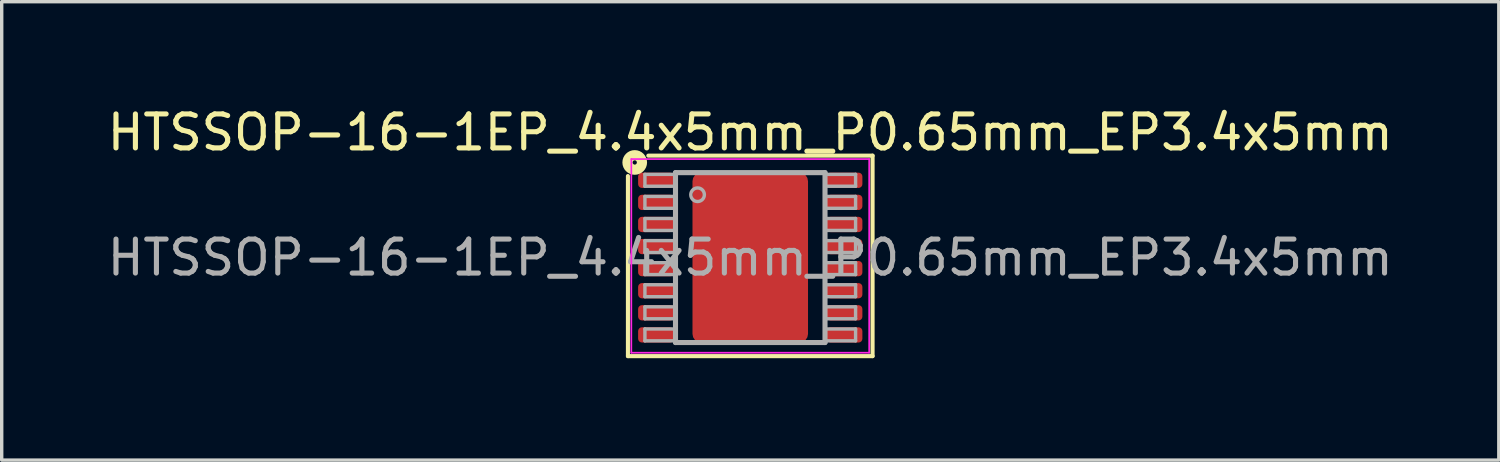
<source format=kicad_pcb>
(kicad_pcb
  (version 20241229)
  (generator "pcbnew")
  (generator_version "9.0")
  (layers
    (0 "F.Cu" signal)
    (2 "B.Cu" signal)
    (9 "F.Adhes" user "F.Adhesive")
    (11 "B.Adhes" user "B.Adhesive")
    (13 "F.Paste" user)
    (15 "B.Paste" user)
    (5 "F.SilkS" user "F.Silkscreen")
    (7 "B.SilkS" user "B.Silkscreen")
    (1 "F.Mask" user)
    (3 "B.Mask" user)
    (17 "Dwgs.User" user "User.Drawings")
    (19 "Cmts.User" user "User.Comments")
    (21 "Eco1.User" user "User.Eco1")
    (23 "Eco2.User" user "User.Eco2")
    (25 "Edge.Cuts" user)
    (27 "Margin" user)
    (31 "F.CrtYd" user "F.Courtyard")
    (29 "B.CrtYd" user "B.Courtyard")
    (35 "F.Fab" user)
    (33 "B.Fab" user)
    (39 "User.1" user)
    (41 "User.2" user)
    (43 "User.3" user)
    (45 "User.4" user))
  (footprint "HTSSOP-16-1EP_4.4x5mm_P0.65mm_EP3.4x5mm"
    (layer "F.Cu")
    (at 19.03 4.531)
    (property "Reference" "HTSSOP-16-1EP_4.4x5mm_P0.65mm_EP3.4x5mm" (at 0 -3.683 0) (layer "F.SilkS") (effects (font (size 1 1) (thickness 0.15))))
    (attr smd)
    (fp_line (start -3.6 -2.4) (end -3.6 2.9) (stroke (width 0.12) (type solid)) (layer "F.SilkS"))
    (fp_line (start -3.6 2.9) (end 3.6 2.9) (stroke (width 0.12) (type solid)) (layer "F.SilkS"))
    (fp_line (start 3.6 -3) (end -3 -3) (stroke (width 0.12) (type solid)) (layer "F.SilkS"))
    (fp_line (start 3.6 2.9) (end 3.6 -3) (stroke (width 0.12) (type solid)) (layer "F.SilkS"))
    (fp_circle (center -3.4 -2.8) (end -3.337 -2.8) (stroke (width 0.3) (type solid)) (fill no) (layer "F.SilkS"))
    (fp_line (start -3.5 -2.9) (end -3.5 2.8) (stroke (width 0.05) (type solid)) (layer "F.CrtYd"))
    (fp_line (start -3.5 -2.9) (end 3.5 -2.9) (stroke (width 0.05) (type solid)) (layer "F.CrtYd"))
    (fp_line (start -3.5 2.8) (end 3.5 2.8) (stroke (width 0.05) (type solid)) (layer "F.CrtYd"))
    (fp_line (start 3.5 -2.9) (end 3.5 2.8) (stroke (width 0.05) (type solid)) (layer "F.CrtYd"))
    (fp_line (start -3.1 -2.45) (end -3.1 -2.1) (stroke (width 0.1) (type solid)) (layer "F.Fab"))
    (fp_line (start -3.1 -2.45) (end -2.2 -2.45) (stroke (width 0.1) (type solid)) (layer "F.Fab"))
    (fp_line (start -3.1 -2.1) (end -2.2 -2.1) (stroke (width 0.1) (type solid)) (layer "F.Fab"))
    (fp_line (start -3.1 -1.8) (end -3.1 -1.45) (stroke (width 0.1) (type solid)) (layer "F.Fab"))
    (fp_line (start -3.1 -1.8) (end -2.2 -1.8) (stroke (width 0.1) (type solid)) (layer "F.Fab"))
    (fp_line (start -3.1 -1.45) (end -2.2 -1.45) (stroke (width 0.1) (type solid)) (layer "F.Fab"))
    (fp_line (start -3.1 -1.15) (end -3.1 -0.8) (stroke (width 0.1) (type solid)) (layer "F.Fab"))
    (fp_line (start -3.1 -1.15) (end -2.2 -1.15) (stroke (width 0.1) (type solid)) (layer "F.Fab"))
    (fp_line (start -3.1 -0.8) (end -2.2 -0.8) (stroke (width 0.1) (type solid)) (layer "F.Fab"))
    (fp_line (start -3.1 -0.5) (end -3.1 -0.15) (stroke (width 0.1) (type solid)) (layer "F.Fab"))
    (fp_line (start -3.1 -0.5) (end -2.2 -0.5) (stroke (width 0.1) (type solid)) (layer "F.Fab"))
    (fp_line (start -3.1 -0.15) (end -2.2 -0.15) (stroke (width 0.1) (type solid)) (layer "F.Fab"))
    (fp_line (start -3.1 0.15) (end -3.1 0.5) (stroke (width 0.1) (type solid)) (layer "F.Fab"))
    (fp_line (start -3.1 0.15) (end -2.2 0.15) (stroke (width 0.1) (type solid)) (layer "F.Fab"))
    (fp_line (start -3.1 0.5) (end -2.2 0.5) (stroke (width 0.1) (type solid)) (layer "F.Fab"))
    (fp_line (start -3.1 0.8) (end -3.1 1.15) (stroke (width 0.1) (type solid)) (layer "F.Fab"))
    (fp_line (start -3.1 0.8) (end -2.2 0.8) (stroke (width 0.1) (type solid)) (layer "F.Fab"))
    (fp_line (start -3.1 1.15) (end -2.2 1.15) (stroke (width 0.1) (type solid)) (layer "F.Fab"))
    (fp_line (start -3.1 1.45) (end -3.1 1.8) (stroke (width 0.1) (type solid)) (layer "F.Fab"))
    (fp_line (start -3.1 1.45) (end -2.2 1.45) (stroke (width 0.1) (type solid)) (layer "F.Fab"))
    (fp_line (start -3.1 1.8) (end -2.2 1.8) (stroke (width 0.1) (type solid)) (layer "F.Fab"))
    (fp_line (start -3.1 2.1) (end -3.1 2.45) (stroke (width 0.1) (type solid)) (layer "F.Fab"))
    (fp_line (start -3.1 2.1) (end -2.2 2.1) (stroke (width 0.1) (type solid)) (layer "F.Fab"))
    (fp_line (start -3.1 2.45) (end -2.2 2.45) (stroke (width 0.1) (type solid)) (layer "F.Fab"))
    (fp_line (start -2.2 -2.5) (end 2.2 -2.5) (stroke (width 0.15) (type solid)) (layer "F.Fab"))
    (fp_line (start -2.2 2.5) (end -2.2 -2.5) (stroke (width 0.15) (type solid)) (layer "F.Fab"))
    (fp_line (start 2.2 -2.5) (end 2.2 2.5) (stroke (width 0.15) (type solid)) (layer "F.Fab"))
    (fp_line (start 2.2 2.5) (end -2.2 2.5) (stroke (width 0.15) (type solid)) (layer "F.Fab"))
    (fp_line (start 3.1 -2.45) (end 2.2 -2.45) (stroke (width 0.1) (type solid)) (layer "F.Fab"))
    (fp_line (start 3.1 -2.1) (end 2.2 -2.1) (stroke (width 0.1) (type solid)) (layer "F.Fab"))
    (fp_line (start 3.1 -2.1) (end 3.1 -2.45) (stroke (width 0.1) (type solid)) (layer "F.Fab"))
    (fp_line (start 3.1 -1.8) (end 2.2 -1.8) (stroke (width 0.1) (type solid)) (layer "F.Fab"))
    (fp_line (start 3.1 -1.45) (end 2.2 -1.45) (stroke (width 0.1) (type solid)) (layer "F.Fab"))
    (fp_line (start 3.1 -1.45) (end 3.1 -1.8) (stroke (width 0.1) (type solid)) (layer "F.Fab"))
    (fp_line (start 3.1 -1.15) (end 2.2 -1.15) (stroke (width 0.1) (type solid)) (layer "F.Fab"))
    (fp_line (start 3.1 -0.8) (end 2.2 -0.8) (stroke (width 0.1) (type solid)) (layer "F.Fab"))
    (fp_line (start 3.1 -0.8) (end 3.1 -1.15) (stroke (width 0.1) (type solid)) (layer "F.Fab"))
    (fp_line (start 3.1 -0.5) (end 2.2 -0.5) (stroke (width 0.1) (type solid)) (layer "F.Fab"))
    (fp_line (start 3.1 -0.15) (end 2.2 -0.15) (stroke (width 0.1) (type solid)) (layer "F.Fab"))
    (fp_line (start 3.1 -0.15) (end 3.1 -0.5) (stroke (width 0.1) (type solid)) (layer "F.Fab"))
    (fp_line (start 3.1 0.15) (end 2.2 0.15) (stroke (width 0.1) (type solid)) (layer "F.Fab"))
    (fp_line (start 3.1 0.5) (end 2.2 0.5) (stroke (width 0.1) (type solid)) (layer "F.Fab"))
    (fp_line (start 3.1 0.5) (end 3.1 0.15) (stroke (width 0.1) (type solid)) (layer "F.Fab"))
    (fp_line (start 3.1 0.8) (end 2.2 0.8) (stroke (width 0.1) (type solid)) (layer "F.Fab"))
    (fp_line (start 3.1 1.15) (end 2.2 1.15) (stroke (width 0.1) (type solid)) (layer "F.Fab"))
    (fp_line (start 3.1 1.15) (end 3.1 0.8) (stroke (width 0.1) (type solid)) (layer "F.Fab"))
    (fp_line (start 3.1 1.45) (end 2.2 1.45) (stroke (width 0.1) (type solid)) (layer "F.Fab"))
    (fp_line (start 3.1 1.8) (end 2.2 1.8) (stroke (width 0.1) (type solid)) (layer "F.Fab"))
    (fp_line (start 3.1 1.8) (end 3.1 1.45) (stroke (width 0.1) (type solid)) (layer "F.Fab"))
    (fp_line (start 3.1 2.1) (end 2.2 2.1) (stroke (width 0.1) (type solid)) (layer "F.Fab"))
    (fp_line (start 3.1 2.45) (end 2.2 2.45) (stroke (width 0.1) (type solid)) (layer "F.Fab"))
    (fp_line (start 3.1 2.45) (end 3.1 2.1) (stroke (width 0.1) (type solid)) (layer "F.Fab"))
    (fp_circle (center -1.55 -1.85) (end -1.35 -1.85) (stroke (width 0.1) (type solid)) (fill no) (layer "F.Fab"))
    (fp_text user "${REFERENCE}" (at 0 0 0) (layer "F.Fab") (effects (font (size 1 1) (thickness 0.15))))
    (pad "" smd roundrect (at -1.133 -1.875) (size 0.88 1.05) (layers "F.Paste") (roundrect_rratio 0.25))
    (pad "" smd roundrect (at -1.133 -0.625) (size 0.88 1.05) (layers "F.Paste") (roundrect_rratio 0.25))
    (pad "" smd roundrect (at -1.133 0.625) (size 0.88 1.05) (layers "F.Paste") (roundrect_rratio 0.25))
    (pad "" smd roundrect (at -1.133 1.875) (size 0.88 1.05) (layers "F.Paste") (roundrect_rratio 0.25))
    (pad "" smd roundrect (at 0 -1.875) (size 0.88 1.05) (layers "F.Paste") (roundrect_rratio 0.25))
    (pad "" smd roundrect (at 0 -0.625) (size 0.88 1.05) (layers "F.Paste") (roundrect_rratio 0.25))
    (pad "" smd roundrect (at 0 0.625) (size 0.88 1.05) (layers "F.Paste") (roundrect_rratio 0.25))
    (pad "" smd roundrect (at 0 1.875) (size 0.88 1.05) (layers "F.Paste") (roundrect_rratio 0.25))
    (pad "" smd roundrect (at 1.133 -1.875) (size 0.88 1.05) (layers "F.Paste") (roundrect_rratio 0.25))
    (pad "" smd roundrect (at 1.133 -0.625) (size 0.88 1.05) (layers "F.Paste") (roundrect_rratio 0.25))
    (pad "" smd roundrect (at 1.133 0.625) (size 0.88 1.05) (layers "F.Paste") (roundrect_rratio 0.25))
    (pad "" smd roundrect (at 1.133 1.875) (size 0.88 1.05) (layers "F.Paste") (roundrect_rratio 0.25))
    (pad "1" smd roundrect (at -2.775 -2.275) (size 1.05 0.45) (layers "F.Cu" "F.Mask" "F.Paste") (roundrect_rratio 0.25))
    (pad "2" smd roundrect (at -2.775 -1.625) (size 1.05 0.45) (layers "F.Cu" "F.Mask" "F.Paste") (roundrect_rratio 0.25))
    (pad "3" smd roundrect (at -2.775 -0.975) (size 1.05 0.45) (layers "F.Cu" "F.Mask" "F.Paste") (roundrect_rratio 0.25))
    (pad "4" smd roundrect (at -2.775 -0.325) (size 1.05 0.45) (layers "F.Cu" "F.Mask" "F.Paste") (roundrect_rratio 0.25))
    (pad "5" smd roundrect (at -2.775 0.325) (size 1.05 0.45) (layers "F.Cu" "F.Mask" "F.Paste") (roundrect_rratio 0.25))
    (pad "6" smd roundrect (at -2.775 0.975) (size 1.05 0.45) (layers "F.Cu" "F.Mask" "F.Paste") (roundrect_rratio 0.25))
    (pad "7" smd roundrect (at -2.775 1.625) (size 1.05 0.45) (layers "F.Cu" "F.Mask" "F.Paste") (roundrect_rratio 0.25))
    (pad "8" smd roundrect (at -2.775 2.275) (size 1.05 0.45) (layers "F.Cu" "F.Mask" "F.Paste") (roundrect_rratio 0.25))
    (pad "9" smd roundrect (at 2.775 2.275) (size 1.05 0.45) (layers "F.Cu" "F.Mask" "F.Paste") (roundrect_rratio 0.25))
    (pad "10" smd roundrect (at 2.775 1.625) (size 1.05 0.45) (layers "F.Cu" "F.Mask" "F.Paste") (roundrect_rratio 0.25))
    (pad "11" smd roundrect (at 2.775 0.975) (size 1.05 0.45) (layers "F.Cu" "F.Mask" "F.Paste") (roundrect_rratio 0.25))
    (pad "12" smd roundrect (at 2.775 0.325) (size 1.05 0.45) (layers "F.Cu" "F.Mask" "F.Paste") (roundrect_rratio 0.25))
    (pad "13" smd roundrect (at 2.775 -0.325) (size 1.05 0.45) (layers "F.Cu" "F.Mask" "F.Paste") (roundrect_rratio 0.25))
    (pad "14" smd roundrect (at 2.775 -0.975) (size 1.05 0.45) (layers "F.Cu" "F.Mask" "F.Paste") (roundrect_rratio 0.25))
    (pad "15" smd roundrect (at 2.775 -1.625) (size 1.05 0.45) (layers "F.Cu" "F.Mask" "F.Paste") (roundrect_rratio 0.25))
    (pad "16" smd roundrect (at 2.775 -2.275) (size 1.05 0.45) (layers "F.Cu" "F.Mask" "F.Paste") (roundrect_rratio 0.25))
    (pad "17" smd roundrect (at 0 0) (size 3.4 5) (layers "F.Cu" "F.Mask") (roundrect_rratio 0.074)))
  (gr_rect
    (start -3 -3)
    (end 41.06 10.491)
    (stroke (width 0.1) (type default))
    (fill no)
    (layer "Edge.Cuts")))
</source>
